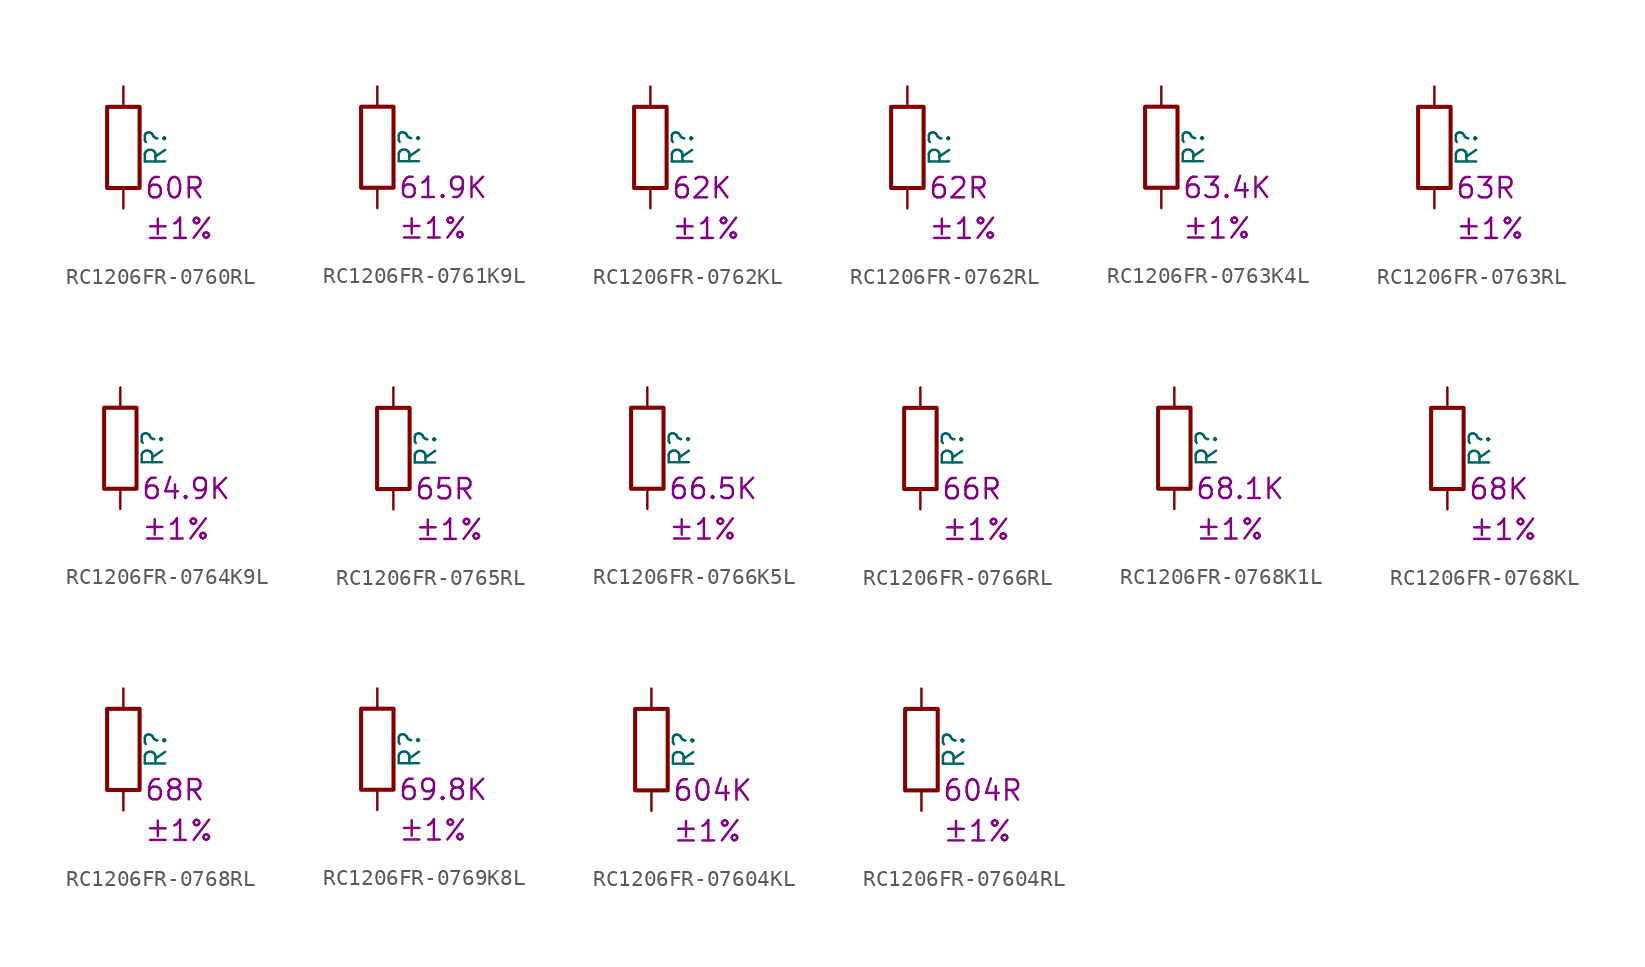
<source format=kicad_sym>
(kicad_symbol_lib
  (version 20220914)
  (generator kicad_symbol_editor)
  (symbol "RC1206FR-0760RL"
    (pin_numbers hide)
    (pin_names
      (offset 0))
    (property "Reference" "R"
      (at 2.032 0 90)
      (effects (font (size 1.27 1.27))))
    (property "Resistance" "60R"
      (at 1.27 -2.54 0)
      (effects (font (size 1.27 1.27)) (justify left)))
    (property "Tolerance" "±1%"
      (at 1.27 -5.08 0)
      (effects (font (size 1.27 1.27)) (justify left)))
    (symbol "RC1206FR-0760RL_0_1"
      (rectangle (start -1.016 -2.54) (end 1.016 2.54) (stroke (width 0.254) (type default)) (fill (type none))))
    (symbol "RC1206FR-0760RL_1_1"
      (pin passive line (at 0 3.81 270) (length 1.27) (name "~" (effects (font (size 1.27 1.27)))) (number "1" (effects (font (size 1.27 1.27)))))
      (pin passive line (at 0 -3.81 90) (length 1.27) (name "~" (effects (font (size 1.27 1.27)))) (number "2" (effects (font (size 1.27 1.27)))))))
  (symbol "RC1206FR-0761K9L"
    (pin_numbers hide)
    (pin_names
      (offset 0))
    (property "Reference" "R"
      (at 2.032 0 90)
      (effects (font (size 1.27 1.27))))
    (property "Resistance" "61.9K"
      (at 1.27 -2.54 0)
      (effects (font (size 1.27 1.27)) (justify left)))
    (property "Tolerance" "±1%"
      (at 1.27 -5.08 0)
      (effects (font (size 1.27 1.27)) (justify left)))
    (symbol "RC1206FR-0761K9L_0_1"
      (rectangle (start -1.016 -2.54) (end 1.016 2.54) (stroke (width 0.254) (type default)) (fill (type none))))
    (symbol "RC1206FR-0761K9L_1_1"
      (pin passive line (at 0 3.81 270) (length 1.27) (name "~" (effects (font (size 1.27 1.27)))) (number "1" (effects (font (size 1.27 1.27)))))
      (pin passive line (at 0 -3.81 90) (length 1.27) (name "~" (effects (font (size 1.27 1.27)))) (number "2" (effects (font (size 1.27 1.27)))))))
  (symbol "RC1206FR-0762KL"
    (pin_numbers hide)
    (pin_names
      (offset 0))
    (property "Reference" "R"
      (at 2.032 0 90)
      (effects (font (size 1.27 1.27))))
    (property "Resistance" "62K"
      (at 1.27 -2.54 0)
      (effects (font (size 1.27 1.27)) (justify left)))
    (property "Tolerance" "±1%"
      (at 1.27 -5.08 0)
      (effects (font (size 1.27 1.27)) (justify left)))
    (symbol "RC1206FR-0762KL_0_1"
      (rectangle (start -1.016 -2.54) (end 1.016 2.54) (stroke (width 0.254) (type default)) (fill (type none))))
    (symbol "RC1206FR-0762KL_1_1"
      (pin passive line (at 0 3.81 270) (length 1.27) (name "~" (effects (font (size 1.27 1.27)))) (number "1" (effects (font (size 1.27 1.27)))))
      (pin passive line (at 0 -3.81 90) (length 1.27) (name "~" (effects (font (size 1.27 1.27)))) (number "2" (effects (font (size 1.27 1.27)))))))
  (symbol "RC1206FR-0762RL"
    (pin_numbers hide)
    (pin_names
      (offset 0))
    (property "Reference" "R"
      (at 2.032 0 90)
      (effects (font (size 1.27 1.27))))
    (property "Resistance" "62R"
      (at 1.27 -2.54 0)
      (effects (font (size 1.27 1.27)) (justify left)))
    (property "Tolerance" "±1%"
      (at 1.27 -5.08 0)
      (effects (font (size 1.27 1.27)) (justify left)))
    (symbol "RC1206FR-0762RL_0_1"
      (rectangle (start -1.016 -2.54) (end 1.016 2.54) (stroke (width 0.254) (type default)) (fill (type none))))
    (symbol "RC1206FR-0762RL_1_1"
      (pin passive line (at 0 3.81 270) (length 1.27) (name "~" (effects (font (size 1.27 1.27)))) (number "1" (effects (font (size 1.27 1.27)))))
      (pin passive line (at 0 -3.81 90) (length 1.27) (name "~" (effects (font (size 1.27 1.27)))) (number "2" (effects (font (size 1.27 1.27)))))))
  (symbol "RC1206FR-0763K4L"
    (pin_numbers hide)
    (pin_names
      (offset 0))
    (property "Reference" "R"
      (at 2.032 0 90)
      (effects (font (size 1.27 1.27))))
    (property "Resistance" "63.4K"
      (at 1.27 -2.54 0)
      (effects (font (size 1.27 1.27)) (justify left)))
    (property "Tolerance" "±1%"
      (at 1.27 -5.08 0)
      (effects (font (size 1.27 1.27)) (justify left)))
    (symbol "RC1206FR-0763K4L_0_1"
      (rectangle (start -1.016 -2.54) (end 1.016 2.54) (stroke (width 0.254) (type default)) (fill (type none))))
    (symbol "RC1206FR-0763K4L_1_1"
      (pin passive line (at 0 3.81 270) (length 1.27) (name "~" (effects (font (size 1.27 1.27)))) (number "1" (effects (font (size 1.27 1.27)))))
      (pin passive line (at 0 -3.81 90) (length 1.27) (name "~" (effects (font (size 1.27 1.27)))) (number "2" (effects (font (size 1.27 1.27)))))))
  (symbol "RC1206FR-0763RL"
    (pin_numbers hide)
    (pin_names
      (offset 0))
    (property "Reference" "R"
      (at 2.032 0 90)
      (effects (font (size 1.27 1.27))))
    (property "Resistance" "63R"
      (at 1.27 -2.54 0)
      (effects (font (size 1.27 1.27)) (justify left)))
    (property "Tolerance" "±1%"
      (at 1.27 -5.08 0)
      (effects (font (size 1.27 1.27)) (justify left)))
    (symbol "RC1206FR-0763RL_0_1"
      (rectangle (start -1.016 -2.54) (end 1.016 2.54) (stroke (width 0.254) (type default)) (fill (type none))))
    (symbol "RC1206FR-0763RL_1_1"
      (pin passive line (at 0 3.81 270) (length 1.27) (name "~" (effects (font (size 1.27 1.27)))) (number "1" (effects (font (size 1.27 1.27)))))
      (pin passive line (at 0 -3.81 90) (length 1.27) (name "~" (effects (font (size 1.27 1.27)))) (number "2" (effects (font (size 1.27 1.27)))))))
  (symbol "RC1206FR-0764K9L"
    (pin_numbers hide)
    (pin_names
      (offset 0))
    (property "Reference" "R"
      (at 2.032 0 90)
      (effects (font (size 1.27 1.27))))
    (property "Resistance" "64.9K"
      (at 1.27 -2.54 0)
      (effects (font (size 1.27 1.27)) (justify left)))
    (property "Tolerance" "±1%"
      (at 1.27 -5.08 0)
      (effects (font (size 1.27 1.27)) (justify left)))
    (symbol "RC1206FR-0764K9L_0_1"
      (rectangle (start -1.016 -2.54) (end 1.016 2.54) (stroke (width 0.254) (type default)) (fill (type none))))
    (symbol "RC1206FR-0764K9L_1_1"
      (pin passive line (at 0 3.81 270) (length 1.27) (name "~" (effects (font (size 1.27 1.27)))) (number "1" (effects (font (size 1.27 1.27)))))
      (pin passive line (at 0 -3.81 90) (length 1.27) (name "~" (effects (font (size 1.27 1.27)))) (number "2" (effects (font (size 1.27 1.27)))))))
  (symbol "RC1206FR-0765RL"
    (pin_numbers hide)
    (pin_names
      (offset 0))
    (property "Reference" "R"
      (at 2.032 0 90)
      (effects (font (size 1.27 1.27))))
    (property "Resistance" "65R"
      (at 1.27 -2.54 0)
      (effects (font (size 1.27 1.27)) (justify left)))
    (property "Tolerance" "±1%"
      (at 1.27 -5.08 0)
      (effects (font (size 1.27 1.27)) (justify left)))
    (symbol "RC1206FR-0765RL_0_1"
      (rectangle (start -1.016 -2.54) (end 1.016 2.54) (stroke (width 0.254) (type default)) (fill (type none))))
    (symbol "RC1206FR-0765RL_1_1"
      (pin passive line (at 0 3.81 270) (length 1.27) (name "~" (effects (font (size 1.27 1.27)))) (number "1" (effects (font (size 1.27 1.27)))))
      (pin passive line (at 0 -3.81 90) (length 1.27) (name "~" (effects (font (size 1.27 1.27)))) (number "2" (effects (font (size 1.27 1.27)))))))
  (symbol "RC1206FR-0766K5L"
    (pin_numbers hide)
    (pin_names
      (offset 0))
    (property "Reference" "R"
      (at 2.032 0 90)
      (effects (font (size 1.27 1.27))))
    (property "Resistance" "66.5K"
      (at 1.27 -2.54 0)
      (effects (font (size 1.27 1.27)) (justify left)))
    (property "Tolerance" "±1%"
      (at 1.27 -5.08 0)
      (effects (font (size 1.27 1.27)) (justify left)))
    (symbol "RC1206FR-0766K5L_0_1"
      (rectangle (start -1.016 -2.54) (end 1.016 2.54) (stroke (width 0.254) (type default)) (fill (type none))))
    (symbol "RC1206FR-0766K5L_1_1"
      (pin passive line (at 0 3.81 270) (length 1.27) (name "~" (effects (font (size 1.27 1.27)))) (number "1" (effects (font (size 1.27 1.27)))))
      (pin passive line (at 0 -3.81 90) (length 1.27) (name "~" (effects (font (size 1.27 1.27)))) (number "2" (effects (font (size 1.27 1.27)))))))
  (symbol "RC1206FR-0766RL"
    (pin_numbers hide)
    (pin_names
      (offset 0))
    (property "Reference" "R"
      (at 2.032 0 90)
      (effects (font (size 1.27 1.27))))
    (property "Resistance" "66R"
      (at 1.27 -2.54 0)
      (effects (font (size 1.27 1.27)) (justify left)))
    (property "Tolerance" "±1%"
      (at 1.27 -5.08 0)
      (effects (font (size 1.27 1.27)) (justify left)))
    (symbol "RC1206FR-0766RL_0_1"
      (rectangle (start -1.016 -2.54) (end 1.016 2.54) (stroke (width 0.254) (type default)) (fill (type none))))
    (symbol "RC1206FR-0766RL_1_1"
      (pin passive line (at 0 3.81 270) (length 1.27) (name "~" (effects (font (size 1.27 1.27)))) (number "1" (effects (font (size 1.27 1.27)))))
      (pin passive line (at 0 -3.81 90) (length 1.27) (name "~" (effects (font (size 1.27 1.27)))) (number "2" (effects (font (size 1.27 1.27)))))))
  (symbol "RC1206FR-0768K1L"
    (pin_numbers hide)
    (pin_names
      (offset 0))
    (property "Reference" "R"
      (at 2.032 0 90)
      (effects (font (size 1.27 1.27))))
    (property "Resistance" "68.1K"
      (at 1.27 -2.54 0)
      (effects (font (size 1.27 1.27)) (justify left)))
    (property "Tolerance" "±1%"
      (at 1.27 -5.08 0)
      (effects (font (size 1.27 1.27)) (justify left)))
    (symbol "RC1206FR-0768K1L_0_1"
      (rectangle (start -1.016 -2.54) (end 1.016 2.54) (stroke (width 0.254) (type default)) (fill (type none))))
    (symbol "RC1206FR-0768K1L_1_1"
      (pin passive line (at 0 3.81 270) (length 1.27) (name "~" (effects (font (size 1.27 1.27)))) (number "1" (effects (font (size 1.27 1.27)))))
      (pin passive line (at 0 -3.81 90) (length 1.27) (name "~" (effects (font (size 1.27 1.27)))) (number "2" (effects (font (size 1.27 1.27)))))))
  (symbol "RC1206FR-0768KL"
    (pin_numbers hide)
    (pin_names
      (offset 0))
    (property "Reference" "R"
      (at 2.032 0 90)
      (effects (font (size 1.27 1.27))))
    (property "Resistance" "68K"
      (at 1.27 -2.54 0)
      (effects (font (size 1.27 1.27)) (justify left)))
    (property "Tolerance" "±1%"
      (at 1.27 -5.08 0)
      (effects (font (size 1.27 1.27)) (justify left)))
    (symbol "RC1206FR-0768KL_0_1"
      (rectangle (start -1.016 -2.54) (end 1.016 2.54) (stroke (width 0.254) (type default)) (fill (type none))))
    (symbol "RC1206FR-0768KL_1_1"
      (pin passive line (at 0 3.81 270) (length 1.27) (name "~" (effects (font (size 1.27 1.27)))) (number "1" (effects (font (size 1.27 1.27)))))
      (pin passive line (at 0 -3.81 90) (length 1.27) (name "~" (effects (font (size 1.27 1.27)))) (number "2" (effects (font (size 1.27 1.27)))))))
  (symbol "RC1206FR-0768RL"
    (pin_numbers hide)
    (pin_names
      (offset 0))
    (property "Reference" "R"
      (at 2.032 0 90)
      (effects (font (size 1.27 1.27))))
    (property "Resistance" "68R"
      (at 1.27 -2.54 0)
      (effects (font (size 1.27 1.27)) (justify left)))
    (property "Tolerance" "±1%"
      (at 1.27 -5.08 0)
      (effects (font (size 1.27 1.27)) (justify left)))
    (symbol "RC1206FR-0768RL_0_1"
      (rectangle (start -1.016 -2.54) (end 1.016 2.54) (stroke (width 0.254) (type default)) (fill (type none))))
    (symbol "RC1206FR-0768RL_1_1"
      (pin passive line (at 0 3.81 270) (length 1.27) (name "~" (effects (font (size 1.27 1.27)))) (number "1" (effects (font (size 1.27 1.27)))))
      (pin passive line (at 0 -3.81 90) (length 1.27) (name "~" (effects (font (size 1.27 1.27)))) (number "2" (effects (font (size 1.27 1.27)))))))
  (symbol "RC1206FR-0769K8L"
    (pin_numbers hide)
    (pin_names
      (offset 0))
    (property "Reference" "R"
      (at 2.032 0 90)
      (effects (font (size 1.27 1.27))))
    (property "Resistance" "69.8K"
      (at 1.27 -2.54 0)
      (effects (font (size 1.27 1.27)) (justify left)))
    (property "Tolerance" "±1%"
      (at 1.27 -5.08 0)
      (effects (font (size 1.27 1.27)) (justify left)))
    (symbol "RC1206FR-0769K8L_0_1"
      (rectangle (start -1.016 -2.54) (end 1.016 2.54) (stroke (width 0.254) (type default)) (fill (type none))))
    (symbol "RC1206FR-0769K8L_1_1"
      (pin passive line (at 0 3.81 270) (length 1.27) (name "~" (effects (font (size 1.27 1.27)))) (number "1" (effects (font (size 1.27 1.27)))))
      (pin passive line (at 0 -3.81 90) (length 1.27) (name "~" (effects (font (size 1.27 1.27)))) (number "2" (effects (font (size 1.27 1.27)))))))
  (symbol "RC1206FR-07604KL"
    (pin_numbers hide)
    (pin_names
      (offset 0))
    (property "Reference" "R"
      (at 2.032 0 90)
      (effects (font (size 1.27 1.27))))
    (property "Resistance" "604K"
      (at 1.27 -2.54 0)
      (effects (font (size 1.27 1.27)) (justify left)))
    (property "Tolerance" "±1%"
      (at 1.27 -5.08 0)
      (effects (font (size 1.27 1.27)) (justify left)))
    (symbol "RC1206FR-07604KL_0_1"
      (rectangle (start -1.016 -2.54) (end 1.016 2.54) (stroke (width 0.254) (type default)) (fill (type none))))
    (symbol "RC1206FR-07604KL_1_1"
      (pin passive line (at 0 3.81 270) (length 1.27) (name "~" (effects (font (size 1.27 1.27)))) (number "1" (effects (font (size 1.27 1.27)))))
      (pin passive line (at 0 -3.81 90) (length 1.27) (name "~" (effects (font (size 1.27 1.27)))) (number "2" (effects (font (size 1.27 1.27)))))))
  (symbol "RC1206FR-07604RL"
    (pin_numbers hide)
    (pin_names
      (offset 0))
    (property "Reference" "R"
      (at 2.032 0 90)
      (effects (font (size 1.27 1.27))))
    (property "Resistance" "604R"
      (at 1.27 -2.54 0)
      (effects (font (size 1.27 1.27)) (justify left)))
    (property "Tolerance" "±1%"
      (at 1.27 -5.08 0)
      (effects (font (size 1.27 1.27)) (justify left)))
    (symbol "RC1206FR-07604RL_0_1"
      (rectangle (start -1.016 -2.54) (end 1.016 2.54) (stroke (width 0.254) (type default)) (fill (type none))))
    (symbol "RC1206FR-07604RL_1_1"
      (pin passive line (at 0 3.81 270) (length 1.27) (name "~" (effects (font (size 1.27 1.27)))) (number "1" (effects (font (size 1.27 1.27)))))
      (pin passive line (at 0 -3.81 90) (length 1.27) (name "~" (effects (font (size 1.27 1.27)))) (number "2" (effects (font (size 1.27 1.27))))))))
</source>
